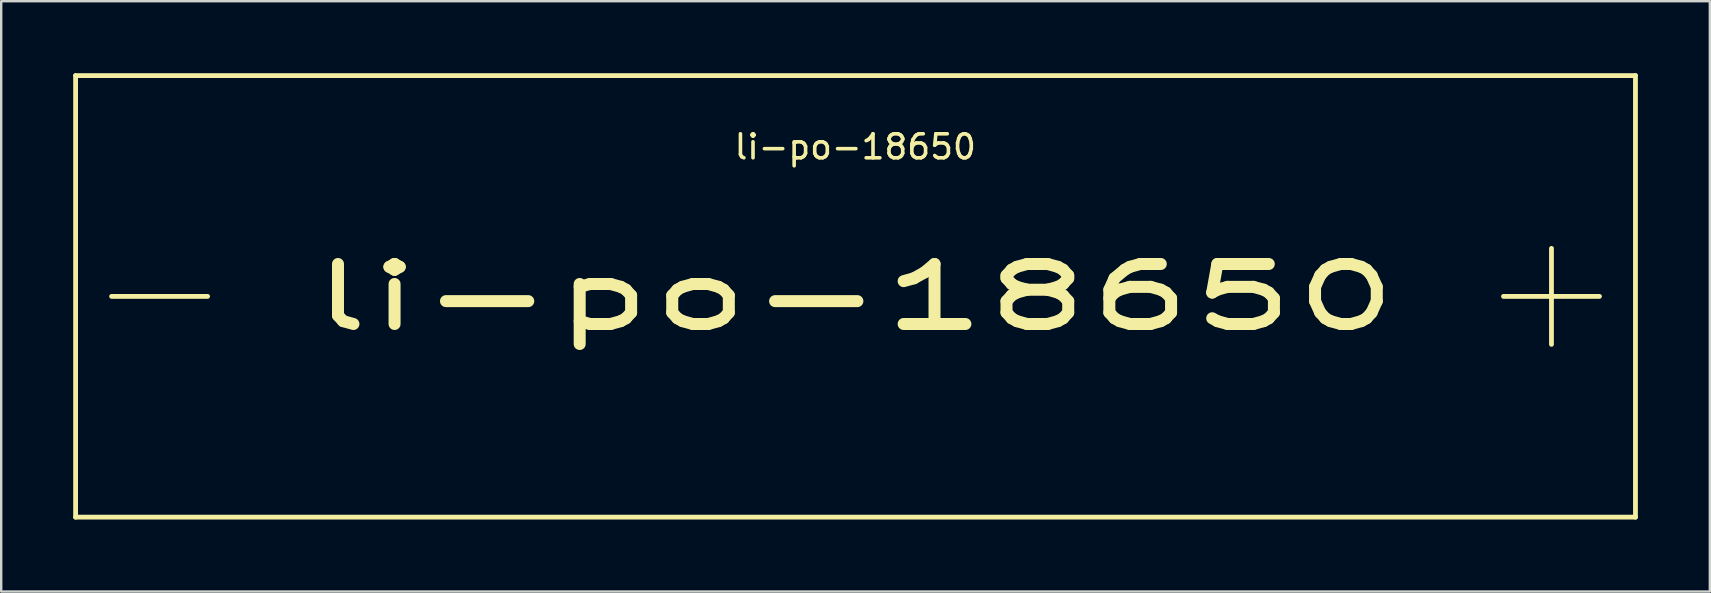
<source format=kicad_pcb>
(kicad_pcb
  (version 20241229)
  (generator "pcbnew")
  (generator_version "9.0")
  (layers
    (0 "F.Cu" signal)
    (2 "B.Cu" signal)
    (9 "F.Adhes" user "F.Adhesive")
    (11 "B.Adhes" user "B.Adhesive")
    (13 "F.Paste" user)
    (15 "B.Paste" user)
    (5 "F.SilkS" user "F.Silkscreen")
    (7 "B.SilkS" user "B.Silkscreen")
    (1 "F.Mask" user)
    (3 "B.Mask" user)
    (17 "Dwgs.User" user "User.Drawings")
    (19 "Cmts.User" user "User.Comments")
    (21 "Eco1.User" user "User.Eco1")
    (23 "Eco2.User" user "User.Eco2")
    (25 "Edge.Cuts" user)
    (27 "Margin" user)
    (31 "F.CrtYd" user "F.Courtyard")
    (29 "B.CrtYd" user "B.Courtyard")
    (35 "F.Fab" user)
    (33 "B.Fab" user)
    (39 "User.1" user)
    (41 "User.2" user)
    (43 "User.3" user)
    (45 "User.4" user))
  (footprint "li-po-18650"
    (layer "F.Cu")
    (at 32.6 9.3)
    (property "Reference" "li-po-18650" (at -0.01 -6.23 0) (layer "F.SilkS") (effects (font (size 1 1) (thickness 0.15))))
    (attr through_hole)
    (fp_line (start -32.5 -9.2) (end -32.5 9.2) (stroke (width 0.2) (type solid)) (layer "F.SilkS"))
    (fp_line (start -32.5 -9.2) (end 32.5 -9.2) (stroke (width 0.2) (type solid)) (layer "F.SilkS"))
    (fp_line (start -27 0) (end -31 0) (stroke (width 0.2) (type solid)) (layer "F.SilkS"))
    (fp_line (start 29 -2) (end 29 2) (stroke (width 0.2) (type solid)) (layer "F.SilkS"))
    (fp_line (start 31 0) (end 27 0) (stroke (width 0.2) (type solid)) (layer "F.SilkS"))
    (fp_line (start 32.5 -9.2) (end 32.5 9.2) (stroke (width 0.2) (type solid)) (layer "F.SilkS"))
    (fp_line (start 32.5 9.2) (end -32.5 9.2) (stroke (width 0.2) (type solid)) (layer "F.SilkS"))
    (fp_text user "li-po-18650" (at -0.03 0.02 0) (layer "F.SilkS") (effects (font (size 2.5 4.5) (thickness 0.5)))))
  (gr_rect
    (start -3 -3)
    (end 68.2 21.6)
    (stroke (width 0.1) (type default))
    (fill no)
    (layer "Edge.Cuts")))
</source>
